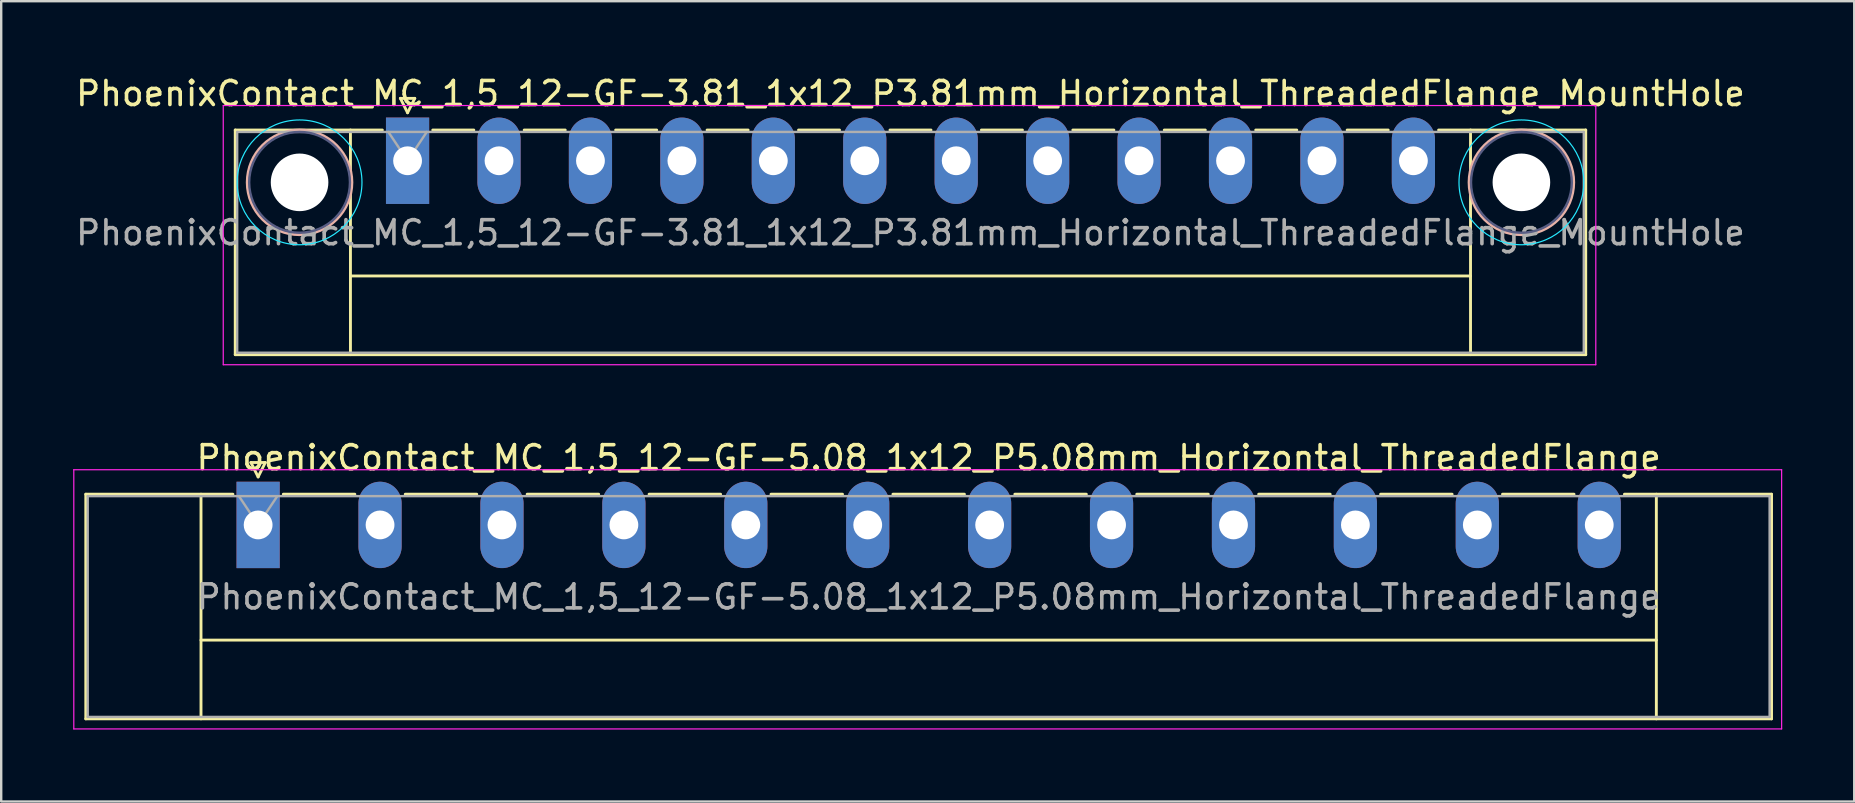
<source format=kicad_pcb>
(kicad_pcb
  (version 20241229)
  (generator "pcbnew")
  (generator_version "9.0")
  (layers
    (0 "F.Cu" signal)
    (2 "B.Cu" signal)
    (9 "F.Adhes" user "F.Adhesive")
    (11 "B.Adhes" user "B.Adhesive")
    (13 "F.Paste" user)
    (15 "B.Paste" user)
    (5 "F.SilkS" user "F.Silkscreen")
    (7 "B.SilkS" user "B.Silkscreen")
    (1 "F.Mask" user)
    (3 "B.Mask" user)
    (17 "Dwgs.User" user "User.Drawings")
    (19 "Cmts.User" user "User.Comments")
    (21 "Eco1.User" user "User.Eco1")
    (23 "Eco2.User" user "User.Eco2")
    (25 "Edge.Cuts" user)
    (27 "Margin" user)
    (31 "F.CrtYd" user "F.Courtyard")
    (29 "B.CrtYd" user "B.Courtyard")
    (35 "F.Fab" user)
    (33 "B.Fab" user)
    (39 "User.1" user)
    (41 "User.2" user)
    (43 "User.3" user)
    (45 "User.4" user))
  (footprint "PhoenixContact_MC_1,5_12-GF-3.81_1x12_P3.81mm_Horizontal_ThreadedFlange_MountHole"
    (layer "F.Cu")
    (at 13.932 3.648)
    (property "Reference" "PhoenixContact_MC_1,5_12-GF-3.81_1x12_P3.81mm_Horizontal_ThreadedFlange_MountHole" (at 20.955 -2.8 0) (layer "F.SilkS") (effects (font (size 1 1) (thickness 0.15))))
    (attr through_hole)
    (fp_line (start -7.18 -1.28) (end -7.18 8.08) (stroke (width 0.12) (type solid)) (layer "F.SilkS"))
    (fp_line (start -7.18 -1.28) (end -1.05 -1.28) (stroke (width 0.12) (type solid)) (layer "F.SilkS"))
    (fp_line (start -7.18 8.08) (end 49.09 8.08) (stroke (width 0.12) (type solid)) (layer "F.SilkS"))
    (fp_line (start -2.38 -1.28) (end -2.38 8.08) (stroke (width 0.12) (type solid)) (layer "F.SilkS"))
    (fp_line (start -2.38 4.8) (end 44.29 4.8) (stroke (width 0.12) (type solid)) (layer "F.SilkS"))
    (fp_line (start -0.3 -2.6) (end 0.3 -2.6) (stroke (width 0.12) (type solid)) (layer "F.SilkS"))
    (fp_line (start 0 -2) (end -0.3 -2.6) (stroke (width 0.12) (type solid)) (layer "F.SilkS"))
    (fp_line (start 0.3 -2.6) (end 0 -2) (stroke (width 0.12) (type solid)) (layer "F.SilkS"))
    (fp_line (start 1.05 -1.28) (end 2.76 -1.28) (stroke (width 0.12) (type solid)) (layer "F.SilkS"))
    (fp_line (start 4.86 -1.28) (end 6.57 -1.28) (stroke (width 0.12) (type solid)) (layer "F.SilkS"))
    (fp_line (start 8.67 -1.28) (end 10.38 -1.28) (stroke (width 0.12) (type solid)) (layer "F.SilkS"))
    (fp_line (start 12.48 -1.28) (end 14.19 -1.28) (stroke (width 0.12) (type solid)) (layer "F.SilkS"))
    (fp_line (start 16.29 -1.28) (end 18 -1.28) (stroke (width 0.12) (type solid)) (layer "F.SilkS"))
    (fp_line (start 20.1 -1.28) (end 21.81 -1.28) (stroke (width 0.12) (type solid)) (layer "F.SilkS"))
    (fp_line (start 23.91 -1.28) (end 25.62 -1.28) (stroke (width 0.12) (type solid)) (layer "F.SilkS"))
    (fp_line (start 27.72 -1.28) (end 29.43 -1.28) (stroke (width 0.12) (type solid)) (layer "F.SilkS"))
    (fp_line (start 31.53 -1.28) (end 33.24 -1.28) (stroke (width 0.12) (type solid)) (layer "F.SilkS"))
    (fp_line (start 35.34 -1.28) (end 37.05 -1.28) (stroke (width 0.12) (type solid)) (layer "F.SilkS"))
    (fp_line (start 39.15 -1.28) (end 40.86 -1.28) (stroke (width 0.12) (type solid)) (layer "F.SilkS"))
    (fp_line (start 44.29 -1.28) (end 44.29 8.08) (stroke (width 0.12) (type solid)) (layer "F.SilkS"))
    (fp_line (start 49.09 -1.28) (end 42.96 -1.28) (stroke (width 0.12) (type solid)) (layer "F.SilkS"))
    (fp_line (start 49.09 8.08) (end 49.09 -1.28) (stroke (width 0.12) (type solid)) (layer "F.SilkS"))
    (fp_circle (center -4.5 0.9) (end -2.32 0.9) (stroke (width 0.12) (type solid)) (fill no) (layer "B.SilkS"))
    (fp_circle (center 46.41 0.9) (end 48.59 0.9) (stroke (width 0.12) (type solid)) (fill no) (layer "B.SilkS"))
    (fp_circle (center -4.5 0.9) (end -1.9 0.9) (stroke (width 0.05) (type solid)) (fill no) (layer "B.CrtYd"))
    (fp_circle (center 46.41 0.9) (end 49.01 0.9) (stroke (width 0.05) (type solid)) (fill no) (layer "B.CrtYd"))
    (fp_line (start -7.68 -2.3) (end -7.68 8.5) (stroke (width 0.05) (type solid)) (layer "F.CrtYd"))
    (fp_line (start -7.68 8.5) (end 49.51 8.5) (stroke (width 0.05) (type solid)) (layer "F.CrtYd"))
    (fp_line (start 49.51 -2.3) (end -7.68 -2.3) (stroke (width 0.05) (type solid)) (layer "F.CrtYd"))
    (fp_line (start 49.51 8.5) (end 49.51 -2.3) (stroke (width 0.05) (type solid)) (layer "F.CrtYd"))
    (fp_circle (center -4.5 0.9) (end -2.4 0.9) (stroke (width 0.1) (type solid)) (fill no) (layer "B.Fab"))
    (fp_circle (center 46.41 0.9) (end 48.51 0.9) (stroke (width 0.1) (type solid)) (fill no) (layer "B.Fab"))
    (fp_line (start -7.1 -1.2) (end -7.1 8) (stroke (width 0.1) (type solid)) (layer "F.Fab"))
    (fp_line (start -7.1 8) (end 49.01 8) (stroke (width 0.1) (type solid)) (layer "F.Fab"))
    (fp_line (start 0 0) (end -0.8 -1.2) (stroke (width 0.1) (type solid)) (layer "F.Fab"))
    (fp_line (start 0.8 -1.2) (end 0 0) (stroke (width 0.1) (type solid)) (layer "F.Fab"))
    (fp_line (start 49.01 -1.2) (end -7.1 -1.2) (stroke (width 0.1) (type solid)) (layer "F.Fab"))
    (fp_line (start 49.01 8) (end 49.01 -1.2) (stroke (width 0.1) (type solid)) (layer "F.Fab"))
    (fp_text user "${REFERENCE}" (at 20.955 3 0) (layer "F.Fab") (effects (font (size 1 1) (thickness 0.15))))
    (pad "" np_thru_hole circle (at -4.5 0.9) (size 2.4 2.4) (drill 2.4) (layers "*.Cu" "*.Mask"))
    (pad "" np_thru_hole circle (at 46.41 0.9) (size 2.4 2.4) (drill 2.4) (layers "*.Cu" "*.Mask"))
    (pad "1" thru_hole rect (at 0 0) (size 1.8 3.6) (drill 1.2) (layers "*.Cu" "*.Mask"))
    (pad "2" thru_hole oval (at 3.81 0) (size 1.8 3.6) (drill 1.2) (layers "*.Cu" "*.Mask"))
    (pad "3" thru_hole oval (at 7.62 0) (size 1.8 3.6) (drill 1.2) (layers "*.Cu" "*.Mask"))
    (pad "4" thru_hole oval (at 11.43 0) (size 1.8 3.6) (drill 1.2) (layers "*.Cu" "*.Mask"))
    (pad "5" thru_hole oval (at 15.24 0) (size 1.8 3.6) (drill 1.2) (layers "*.Cu" "*.Mask"))
    (pad "6" thru_hole oval (at 19.05 0) (size 1.8 3.6) (drill 1.2) (layers "*.Cu" "*.Mask"))
    (pad "7" thru_hole oval (at 22.86 0) (size 1.8 3.6) (drill 1.2) (layers "*.Cu" "*.Mask"))
    (pad "8" thru_hole oval (at 26.67 0) (size 1.8 3.6) (drill 1.2) (layers "*.Cu" "*.Mask"))
    (pad "9" thru_hole oval (at 30.48 0) (size 1.8 3.6) (drill 1.2) (layers "*.Cu" "*.Mask"))
    (pad "10" thru_hole oval (at 34.29 0) (size 1.8 3.6) (drill 1.2) (layers "*.Cu" "*.Mask"))
    (pad "11" thru_hole oval (at 38.1 0) (size 1.8 3.6) (drill 1.2) (layers "*.Cu" "*.Mask"))
    (pad "12" thru_hole oval (at 41.91 0) (size 1.8 3.6) (drill 1.2) (layers "*.Cu" "*.Mask")))
  (footprint "PhoenixContact_MC_1,5_12-GF-5.08_1x12_P5.08mm_Horizontal_ThreadedFlange"
    (layer "F.Cu")
    (at 7.705 18.822)
    (property "Reference" "PhoenixContact_MC_1,5_12-GF-5.08_1x12_P5.08mm_Horizontal_ThreadedFlange" (at 27.94 -2.8 0) (layer "F.SilkS") (effects (font (size 1 1) (thickness 0.15))))
    (attr through_hole)
    (fp_line (start -7.18 -1.28) (end -7.18 8.08) (stroke (width 0.12) (type solid)) (layer "F.SilkS"))
    (fp_line (start -7.18 -1.28) (end -1.05 -1.28) (stroke (width 0.12) (type solid)) (layer "F.SilkS"))
    (fp_line (start -7.18 8.08) (end 63.06 8.08) (stroke (width 0.12) (type solid)) (layer "F.SilkS"))
    (fp_line (start -2.38 -1.28) (end -2.38 8.08) (stroke (width 0.12) (type solid)) (layer "F.SilkS"))
    (fp_line (start -2.38 4.8) (end 58.26 4.8) (stroke (width 0.12) (type solid)) (layer "F.SilkS"))
    (fp_line (start -0.3 -2.6) (end 0.3 -2.6) (stroke (width 0.12) (type solid)) (layer "F.SilkS"))
    (fp_line (start 0 -2) (end -0.3 -2.6) (stroke (width 0.12) (type solid)) (layer "F.SilkS"))
    (fp_line (start 0.3 -2.6) (end 0 -2) (stroke (width 0.12) (type solid)) (layer "F.SilkS"))
    (fp_line (start 1.05 -1.28) (end 4.03 -1.28) (stroke (width 0.12) (type solid)) (layer "F.SilkS"))
    (fp_line (start 6.13 -1.28) (end 9.11 -1.28) (stroke (width 0.12) (type solid)) (layer "F.SilkS"))
    (fp_line (start 11.21 -1.28) (end 14.19 -1.28) (stroke (width 0.12) (type solid)) (layer "F.SilkS"))
    (fp_line (start 16.29 -1.28) (end 19.27 -1.28) (stroke (width 0.12) (type solid)) (layer "F.SilkS"))
    (fp_line (start 21.37 -1.28) (end 24.35 -1.28) (stroke (width 0.12) (type solid)) (layer "F.SilkS"))
    (fp_line (start 26.45 -1.28) (end 29.43 -1.28) (stroke (width 0.12) (type solid)) (layer "F.SilkS"))
    (fp_line (start 31.53 -1.28) (end 34.51 -1.28) (stroke (width 0.12) (type solid)) (layer "F.SilkS"))
    (fp_line (start 36.61 -1.28) (end 39.59 -1.28) (stroke (width 0.12) (type solid)) (layer "F.SilkS"))
    (fp_line (start 41.69 -1.28) (end 44.67 -1.28) (stroke (width 0.12) (type solid)) (layer "F.SilkS"))
    (fp_line (start 46.77 -1.28) (end 49.75 -1.28) (stroke (width 0.12) (type solid)) (layer "F.SilkS"))
    (fp_line (start 51.85 -1.28) (end 54.83 -1.28) (stroke (width 0.12) (type solid)) (layer "F.SilkS"))
    (fp_line (start 58.26 -1.28) (end 58.26 8.08) (stroke (width 0.12) (type solid)) (layer "F.SilkS"))
    (fp_line (start 63.06 -1.28) (end 56.93 -1.28) (stroke (width 0.12) (type solid)) (layer "F.SilkS"))
    (fp_line (start 63.06 8.08) (end 63.06 -1.28) (stroke (width 0.12) (type solid)) (layer "F.SilkS"))
    (fp_line (start -7.68 -2.3) (end -7.68 8.5) (stroke (width 0.05) (type solid)) (layer "F.CrtYd"))
    (fp_line (start -7.68 8.5) (end 63.48 8.5) (stroke (width 0.05) (type solid)) (layer "F.CrtYd"))
    (fp_line (start 63.48 -2.3) (end -7.68 -2.3) (stroke (width 0.05) (type solid)) (layer "F.CrtYd"))
    (fp_line (start 63.48 8.5) (end 63.48 -2.3) (stroke (width 0.05) (type solid)) (layer "F.CrtYd"))
    (fp_line (start -7.1 -1.2) (end -7.1 8) (stroke (width 0.1) (type solid)) (layer "F.Fab"))
    (fp_line (start -7.1 8) (end 62.98 8) (stroke (width 0.1) (type solid)) (layer "F.Fab"))
    (fp_line (start 0 0) (end -0.8 -1.2) (stroke (width 0.1) (type solid)) (layer "F.Fab"))
    (fp_line (start 0.8 -1.2) (end 0 0) (stroke (width 0.1) (type solid)) (layer "F.Fab"))
    (fp_line (start 62.98 -1.2) (end -7.1 -1.2) (stroke (width 0.1) (type solid)) (layer "F.Fab"))
    (fp_line (start 62.98 8) (end 62.98 -1.2) (stroke (width 0.1) (type solid)) (layer "F.Fab"))
    (fp_text user "${REFERENCE}" (at 27.94 3 0) (layer "F.Fab") (effects (font (size 1 1) (thickness 0.15))))
    (pad "1" thru_hole rect (at 0 0) (size 1.8 3.6) (drill 1.2) (layers "*.Cu" "*.Mask"))
    (pad "2" thru_hole oval (at 5.08 0) (size 1.8 3.6) (drill 1.2) (layers "*.Cu" "*.Mask"))
    (pad "3" thru_hole oval (at 10.16 0) (size 1.8 3.6) (drill 1.2) (layers "*.Cu" "*.Mask"))
    (pad "4" thru_hole oval (at 15.24 0) (size 1.8 3.6) (drill 1.2) (layers "*.Cu" "*.Mask"))
    (pad "5" thru_hole oval (at 20.32 0) (size 1.8 3.6) (drill 1.2) (layers "*.Cu" "*.Mask"))
    (pad "6" thru_hole oval (at 25.4 0) (size 1.8 3.6) (drill 1.2) (layers "*.Cu" "*.Mask"))
    (pad "7" thru_hole oval (at 30.48 0) (size 1.8 3.6) (drill 1.2) (layers "*.Cu" "*.Mask"))
    (pad "8" thru_hole oval (at 35.56 0) (size 1.8 3.6) (drill 1.2) (layers "*.Cu" "*.Mask"))
    (pad "9" thru_hole oval (at 40.64 0) (size 1.8 3.6) (drill 1.2) (layers "*.Cu" "*.Mask"))
    (pad "10" thru_hole oval (at 45.72 0) (size 1.8 3.6) (drill 1.2) (layers "*.Cu" "*.Mask"))
    (pad "11" thru_hole oval (at 50.8 0) (size 1.8 3.6) (drill 1.2) (layers "*.Cu" "*.Mask"))
    (pad "12" thru_hole oval (at 55.88 0) (size 1.8 3.6) (drill 1.2) (layers "*.Cu" "*.Mask")))
  (gr_rect
    (start -3 -3)
    (end 74.21 30.346)
    (stroke (width 0.1) (type default))
    (fill no)
    (layer "Edge.Cuts")))
</source>
